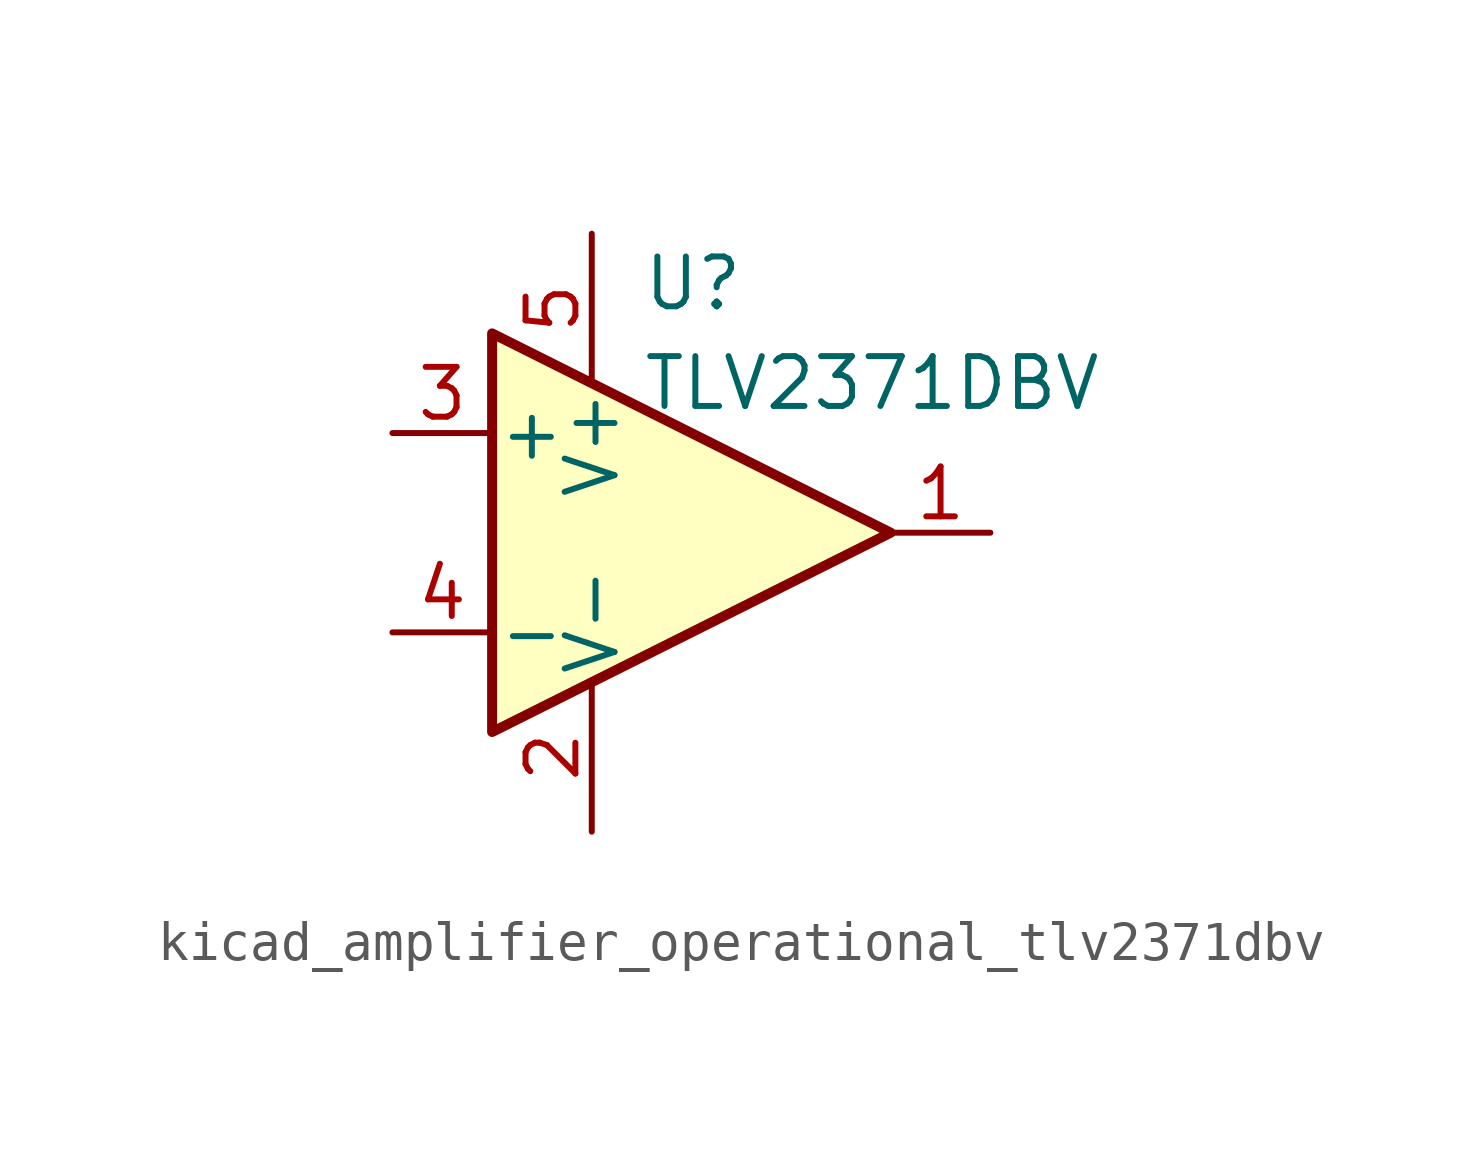
<source format=kicad_sym>
(kicad_symbol_lib
  (version 20220914)
  (generator kicad_symbol_editor)
  (symbol "kicad_amplifier_operational_tlv2371dbv"
    (pin_names
      (offset 0.127))
    (property "Reference" "U"
      (at -1.27 6.35 0)
      (effects (font (size 1.27 1.27)) (justify left)))
    (property "Value" "TLV2371DBV"
      (at -1.27 3.81 0)
      (effects (font (size 1.27 1.27)) (justify left)))
    (symbol "kicad_amplifier_operational_tlv2371dbv_0_1"
      (polyline (pts (xy -5.08 5.08) (xy 5.08 0) (xy -5.08 -5.08) (xy -5.08 5.08)) (stroke (width 0.254) (type default)) (fill (type background)))
      (pin power_in line (at -2.54 -7.62 90) (length 3.81) (name "V-" (effects (font (size 1.27 1.27)))) (number "2" (effects (font (size 1.27 1.27)))))
      (pin power_in line (at -2.54 7.62 270) (length 3.81) (name "V+" (effects (font (size 1.27 1.27)))) (number "5" (effects (font (size 1.27 1.27))))))
    (symbol "kicad_amplifier_operational_tlv2371dbv_1_1"
      (pin output line (at 7.62 0 180) (length 2.54) (name "~" (effects (font (size 1.27 1.27)))) (number "1" (effects (font (size 1.27 1.27)))))
      (pin input line (at -7.62 2.54 0) (length 2.54) (name "+" (effects (font (size 1.27 1.27)))) (number "3" (effects (font (size 1.27 1.27)))))
      (pin input line (at -7.62 -2.54 0) (length 2.54) (name "-" (effects (font (size 1.27 1.27)))) (number "4" (effects (font (size 1.27 1.27))))))))
</source>
